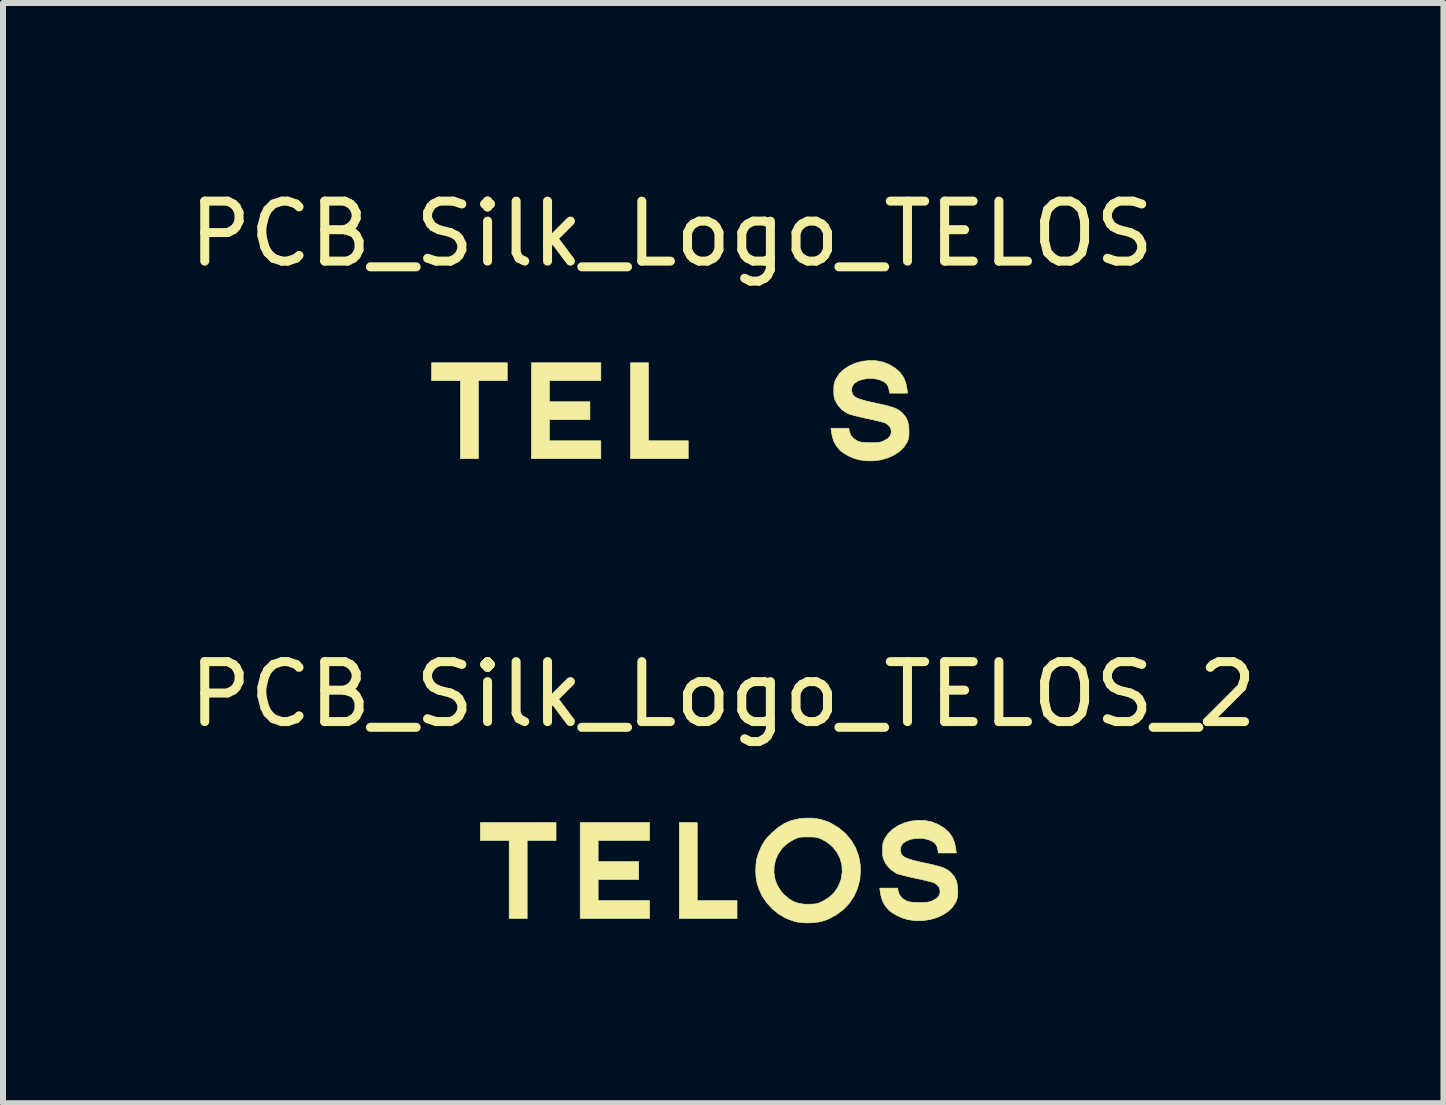
<source format=kicad_pcb>
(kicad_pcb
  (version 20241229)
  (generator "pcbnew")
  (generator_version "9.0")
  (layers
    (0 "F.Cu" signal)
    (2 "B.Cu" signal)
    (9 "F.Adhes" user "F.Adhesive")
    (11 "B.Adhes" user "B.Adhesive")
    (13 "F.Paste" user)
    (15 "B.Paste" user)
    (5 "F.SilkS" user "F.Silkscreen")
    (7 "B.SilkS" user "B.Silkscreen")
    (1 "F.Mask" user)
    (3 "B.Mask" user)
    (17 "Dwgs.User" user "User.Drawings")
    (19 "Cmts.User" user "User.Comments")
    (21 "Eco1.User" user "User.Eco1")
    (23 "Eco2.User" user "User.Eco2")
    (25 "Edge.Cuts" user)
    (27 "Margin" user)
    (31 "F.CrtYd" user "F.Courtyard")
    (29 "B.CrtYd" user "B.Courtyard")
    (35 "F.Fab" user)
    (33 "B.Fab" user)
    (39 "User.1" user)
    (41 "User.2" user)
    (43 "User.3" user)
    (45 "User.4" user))
  (footprint "PCB_Silk_Logo_TELOS"
    (layer "F.Cu")
    (at 7.979 3.798)
    (property "Reference" "PCB_Silk_Logo_TELOS" (at 0.17 -2.95 0) (unlocked yes) (layer "F.SilkS") (effects (font (size 1 1) (thickness 0.15))))
    (attr exclude_from_pos_files exclude_from_bom)
    (fp_poly (pts (xy 1.715 -0.874) (xy 1.835 -0.855) (xy 1.952 -0.817) (xy 2.011 -0.789) (xy 2.143 -0.71) (xy 2.256 -0.614) (xy 2.349 -0.503) (xy 2.422 -0.378) (xy 2.472 -0.241) (xy 2.499 -0.095) (xy 2.503 -0.002) (xy 2.491 0.15) (xy 2.454 0.292) (xy 2.396 0.424) (xy 2.316 0.543) (xy 2.217 0.648) (xy 2.099 0.737) (xy 1.965 0.808) (xy 1.888 0.837) (xy 1.808 0.857) (xy 1.712 0.868) (xy 1.611 0.872) (xy 1.513 0.867) (xy 1.439 0.856) (xy 1.383 0.84) (xy 1.317 0.817) (xy 1.253 0.79) (xy 1.239 0.783) (xy 1.132 0.719) (xy 1.031 0.636) (xy 0.941 0.538) (xy 0.869 0.433) (xy 0.849 0.395) (xy 0.806 0.297) (xy 0.778 0.208) (xy 0.762 0.118) (xy 0.757 0.035) (xy 1.06 0.035) (xy 1.077 0.143) (xy 1.117 0.247) (xy 1.178 0.345) (xy 1.224 0.397) (xy 1.304 0.467) (xy 1.385 0.516) (xy 1.472 0.546) (xy 1.572 0.56) (xy 1.648 0.56) (xy 1.711 0.558) (xy 1.756 0.554) (xy 1.794 0.545) (xy 1.833 0.53) (xy 1.878 0.508) (xy 1.983 0.443) (xy 2.068 0.361) (xy 2.134 0.262) (xy 2.178 0.149) (xy 2.18 0.139) (xy 2.198 0.022) (xy 2.192 -0.093) (xy 2.162 -0.203) (xy 2.11 -0.305) (xy 2.039 -0.395) (xy 1.949 -0.471) (xy 1.865 -0.519) (xy 1.825 -0.537) (xy 1.792 -0.549) (xy 1.759 -0.556) (xy 1.717 -0.56) (xy 1.66 -0.561) (xy 1.627 -0.561) (xy 1.562 -0.561) (xy 1.515 -0.559) (xy 1.479 -0.554) (xy 1.447 -0.544) (xy 1.411 -0.528) (xy 1.378 -0.512) (xy 1.277 -0.449) (xy 1.195 -0.37) (xy 1.131 -0.279) (xy 1.087 -0.179) (xy 1.063 -0.073) (xy 1.06 0.035) (xy 0.757 0.035) (xy 0.756 0.017) (xy 0.756 -0.002) (xy 0.76 -0.106) (xy 0.774 -0.197) (xy 0.8 -0.285) (xy 0.841 -0.381) (xy 0.849 -0.398) (xy 0.879 -0.455) (xy 0.911 -0.504) (xy 0.95 -0.552) (xy 1.002 -0.606) (xy 1.015 -0.619) (xy 1.124 -0.715) (xy 1.234 -0.786) (xy 1.351 -0.836) (xy 1.479 -0.865) (xy 1.582 -0.875) (xy 1.715 -0.874)) (stroke (width 0.01) (type solid)) (fill yes) (layer "F.Mask"))
    (fp_poly (pts (xy -0.219 0.499) (xy 0.444 0.499) (xy 0.444 0.798) (xy -0.518 0.798) (xy -0.518 -0.801) (xy -0.219 -0.801) (xy -0.219 0.499)) (stroke (width 0.01) (type solid)) (fill yes) (layer "F.SilkS"))
    (fp_poly (pts (xy -2.573 -0.502) (xy -3.054 -0.502) (xy -3.054 0.798) (xy -3.354 0.798) (xy -3.354 -0.502) (xy -3.835 -0.502) (xy -3.835 -0.801) (xy -2.573 -0.801) (xy -2.573 -0.502)) (stroke (width 0.01) (type solid)) (fill yes) (layer "F.SilkS"))
    (fp_poly (pts (xy -1.013 -0.502) (xy -1.871 -0.502) (xy -1.871 -0.151) (xy -1.195 -0.151) (xy -1.195 0.148) (xy -1.871 0.148) (xy -1.871 0.499) (xy -1.013 0.499) (xy -1.013 0.798) (xy -2.17 0.798) (xy -2.17 -0.801) (xy -1.013 -0.801) (xy -1.013 -0.502)) (stroke (width 0.01) (type solid)) (fill yes) (layer "F.SilkS"))
    (fp_poly (pts (xy 3.576 -0.835) (xy 3.69 -0.813) (xy 3.795 -0.771) (xy 3.896 -0.71) (xy 3.975 -0.64) (xy 4.032 -0.56) (xy 4.071 -0.465) (xy 4.091 -0.363) (xy 4.1 -0.294) (xy 3.802 -0.294) (xy 3.793 -0.343) (xy 3.777 -0.404) (xy 3.75 -0.449) (xy 3.709 -0.483) (xy 3.649 -0.51) (xy 3.61 -0.523) (xy 3.527 -0.538) (xy 3.44 -0.538) (xy 3.356 -0.525) (xy 3.28 -0.5) (xy 3.22 -0.463) (xy 3.204 -0.447) (xy 3.175 -0.398) (xy 3.166 -0.342) (xy 3.179 -0.288) (xy 3.186 -0.273) (xy 3.206 -0.249) (xy 3.232 -0.227) (xy 3.27 -0.208) (xy 3.321 -0.189) (xy 3.388 -0.169) (xy 3.475 -0.148) (xy 3.585 -0.124) (xy 3.694 -0.101) (xy 3.781 -0.079) (xy 3.85 -0.059) (xy 3.904 -0.038) (xy 3.948 -0.015) (xy 3.985 0.012) (xy 4.015 0.039) (xy 4.068 0.103) (xy 4.102 0.174) (xy 4.12 0.257) (xy 4.124 0.337) (xy 4.123 0.4) (xy 4.118 0.447) (xy 4.107 0.486) (xy 4.093 0.522) (xy 4.04 0.605) (xy 3.967 0.677) (xy 3.876 0.737) (xy 3.772 0.784) (xy 3.657 0.817) (xy 3.535 0.834) (xy 3.41 0.834) (xy 3.292 0.817) (xy 3.205 0.791) (xy 3.117 0.753) (xy 3.036 0.706) (xy 2.972 0.656) (xy 2.969 0.653) (xy 2.91 0.582) (xy 2.868 0.504) (xy 2.841 0.41) (xy 2.831 0.353) (xy 2.823 0.291) (xy 3.121 0.291) (xy 3.13 0.344) (xy 3.153 0.405) (xy 3.197 0.459) (xy 3.258 0.5) (xy 3.277 0.508) (xy 3.315 0.52) (xy 3.362 0.527) (xy 3.424 0.531) (xy 3.487 0.532) (xy 3.555 0.531) (xy 3.604 0.529) (xy 3.64 0.523) (xy 3.672 0.514) (xy 3.707 0.499) (xy 3.711 0.497) (xy 3.772 0.462) (xy 3.809 0.421) (xy 3.827 0.372) (xy 3.829 0.342) (xy 3.817 0.286) (xy 3.78 0.238) (xy 3.729 0.204) (xy 3.706 0.195) (xy 3.661 0.183) (xy 3.599 0.168) (xy 3.525 0.15) (xy 3.444 0.133) (xy 3.422 0.128) (xy 3.338 0.11) (xy 3.259 0.091) (xy 3.19 0.073) (xy 3.136 0.058) (xy 3.102 0.046) (xy 3.098 0.044) (xy 3.012 -0.013) (xy 2.943 -0.088) (xy 2.906 -0.149) (xy 2.888 -0.19) (xy 2.877 -0.226) (xy 2.871 -0.268) (xy 2.87 -0.325) (xy 2.87 -0.34) (xy 2.871 -0.401) (xy 2.875 -0.445) (xy 2.885 -0.482) (xy 2.901 -0.521) (xy 2.906 -0.531) (xy 2.962 -0.617) (xy 3.038 -0.69) (xy 3.129 -0.75) (xy 3.232 -0.795) (xy 3.344 -0.825) (xy 3.46 -0.839) (xy 3.576 -0.835)) (stroke (width 0.01) (type solid)) (fill yes) (layer "F.SilkS")))
  (footprint "PCB_Silk_Logo_TELOS_2"
    (layer "F.Cu")
    (at 8.836 11.474)
    (property "Reference" "PCB_Silk_Logo_TELOS_2" (at 0.17 -2.95 0) (unlocked yes) (layer "F.SilkS") (effects (font (size 1 1) (thickness 0.15))))
    (attr exclude_from_pos_files exclude_from_bom)
    (fp_poly (pts (xy -0.263 0.488) (xy 0.4 0.488) (xy 0.4 0.787) (xy -0.562 0.787) (xy -0.562 -0.812) (xy -0.263 -0.812) (xy -0.263 0.488)) (stroke (width 0.01) (type solid)) (fill yes) (layer "F.SilkS"))
    (fp_poly (pts (xy -2.617 -0.513) (xy -3.098 -0.513) (xy -3.098 0.787) (xy -3.398 0.787) (xy -3.398 -0.513) (xy -3.879 -0.513) (xy -3.879 -0.812) (xy -2.617 -0.812) (xy -2.617 -0.513)) (stroke (width 0.01) (type solid)) (fill yes) (layer "F.SilkS"))
    (fp_poly (pts (xy -1.057 -0.513) (xy -1.915 -0.513) (xy -1.915 -0.162) (xy -1.239 -0.162) (xy -1.239 0.137) (xy -1.915 0.137) (xy -1.915 0.488) (xy -1.057 0.488) (xy -1.057 0.787) (xy -2.214 0.787) (xy -2.214 -0.812) (xy -1.057 -0.812) (xy -1.057 -0.513)) (stroke (width 0.01) (type solid)) (fill yes) (layer "F.SilkS"))
    (fp_poly (pts (xy 1.671 -0.885) (xy 1.791 -0.866) (xy 1.908 -0.828) (xy 1.967 -0.8) (xy 2.099 -0.721) (xy 2.212 -0.625) (xy 2.305 -0.514) (xy 2.378 -0.389) (xy 2.428 -0.252) (xy 2.455 -0.106) (xy 2.459 -0.013) (xy 2.447 0.139) (xy 2.41 0.281) (xy 2.352 0.413) (xy 2.272 0.532) (xy 2.173 0.637) (xy 2.055 0.726) (xy 1.921 0.797) (xy 1.844 0.826) (xy 1.764 0.846) (xy 1.668 0.857) (xy 1.567 0.861) (xy 1.469 0.856) (xy 1.395 0.845) (xy 1.339 0.829) (xy 1.273 0.806) (xy 1.209 0.779) (xy 1.195 0.772) (xy 1.088 0.708) (xy 0.987 0.625) (xy 0.897 0.527) (xy 0.825 0.422) (xy 0.805 0.384) (xy 0.762 0.286) (xy 0.734 0.197) (xy 0.718 0.107) (xy 0.713 0.024) (xy 1.016 0.024) (xy 1.033 0.132) (xy 1.073 0.236) (xy 1.134 0.334) (xy 1.18 0.386) (xy 1.26 0.456) (xy 1.341 0.505) (xy 1.428 0.535) (xy 1.528 0.549) (xy 1.604 0.549) (xy 1.667 0.547) (xy 1.712 0.543) (xy 1.75 0.534) (xy 1.789 0.519) (xy 1.834 0.497) (xy 1.939 0.432) (xy 2.024 0.35) (xy 2.09 0.251) (xy 2.134 0.138) (xy 2.136 0.128) (xy 2.154 0.011) (xy 2.148 -0.104) (xy 2.118 -0.214) (xy 2.066 -0.316) (xy 1.995 -0.406) (xy 1.905 -0.482) (xy 1.821 -0.53) (xy 1.781 -0.548) (xy 1.748 -0.56) (xy 1.715 -0.567) (xy 1.673 -0.571) (xy 1.616 -0.572) (xy 1.583 -0.572) (xy 1.518 -0.572) (xy 1.471 -0.57) (xy 1.435 -0.565) (xy 1.403 -0.555) (xy 1.367 -0.539) (xy 1.334 -0.523) (xy 1.233 -0.46) (xy 1.151 -0.381) (xy 1.087 -0.29) (xy 1.043 -0.19) (xy 1.019 -0.084) (xy 1.016 0.024) (xy 0.713 0.024) (xy 0.712 0.006) (xy 0.712 -0.013) (xy 0.716 -0.117) (xy 0.73 -0.208) (xy 0.756 -0.296) (xy 0.797 -0.392) (xy 0.805 -0.409) (xy 0.835 -0.466) (xy 0.867 -0.515) (xy 0.906 -0.563) (xy 0.958 -0.617) (xy 0.971 -0.63) (xy 1.08 -0.726) (xy 1.19 -0.797) (xy 1.307 -0.847) (xy 1.435 -0.876) (xy 1.538 -0.886) (xy 1.671 -0.885)) (stroke (width 0.01) (type solid)) (fill yes) (layer "F.SilkS"))
    (fp_poly (pts (xy 3.532 -0.846) (xy 3.646 -0.824) (xy 3.751 -0.782) (xy 3.852 -0.721) (xy 3.931 -0.651) (xy 3.988 -0.571) (xy 4.027 -0.476) (xy 4.047 -0.374) (xy 4.056 -0.305) (xy 3.758 -0.305) (xy 3.749 -0.354) (xy 3.733 -0.415) (xy 3.706 -0.46) (xy 3.665 -0.494) (xy 3.605 -0.521) (xy 3.566 -0.534) (xy 3.483 -0.549) (xy 3.396 -0.549) (xy 3.312 -0.536) (xy 3.236 -0.511) (xy 3.176 -0.474) (xy 3.16 -0.458) (xy 3.131 -0.409) (xy 3.122 -0.353) (xy 3.135 -0.299) (xy 3.142 -0.284) (xy 3.162 -0.26) (xy 3.188 -0.238) (xy 3.226 -0.219) (xy 3.277 -0.2) (xy 3.344 -0.18) (xy 3.431 -0.159) (xy 3.541 -0.135) (xy 3.65 -0.112) (xy 3.737 -0.09) (xy 3.806 -0.07) (xy 3.86 -0.049) (xy 3.904 -0.026) (xy 3.941 0.001) (xy 3.971 0.028) (xy 4.024 0.092) (xy 4.058 0.163) (xy 4.076 0.246) (xy 4.08 0.326) (xy 4.079 0.389) (xy 4.074 0.436) (xy 4.063 0.475) (xy 4.049 0.511) (xy 3.996 0.594) (xy 3.923 0.666) (xy 3.832 0.726) (xy 3.728 0.773) (xy 3.613 0.806) (xy 3.491 0.823) (xy 3.366 0.823) (xy 3.248 0.806) (xy 3.161 0.78) (xy 3.073 0.742) (xy 2.992 0.695) (xy 2.928 0.645) (xy 2.925 0.642) (xy 2.866 0.571) (xy 2.824 0.493) (xy 2.797 0.399) (xy 2.787 0.342) (xy 2.779 0.28) (xy 3.077 0.28) (xy 3.086 0.333) (xy 3.109 0.394) (xy 3.153 0.448) (xy 3.214 0.489) (xy 3.233 0.497) (xy 3.271 0.509) (xy 3.318 0.516) (xy 3.38 0.52) (xy 3.443 0.521) (xy 3.511 0.52) (xy 3.56 0.518) (xy 3.596 0.512) (xy 3.628 0.503) (xy 3.663 0.488) (xy 3.667 0.486) (xy 3.728 0.451) (xy 3.765 0.41) (xy 3.783 0.361) (xy 3.785 0.331) (xy 3.773 0.275) (xy 3.736 0.227) (xy 3.685 0.193) (xy 3.662 0.184) (xy 3.617 0.172) (xy 3.555 0.157) (xy 3.481 0.139) (xy 3.4 0.122) (xy 3.378 0.117) (xy 3.294 0.099) (xy 3.215 0.08) (xy 3.146 0.062) (xy 3.092 0.047) (xy 3.058 0.035) (xy 3.054 0.033) (xy 2.968 -0.024) (xy 2.899 -0.099) (xy 2.862 -0.16) (xy 2.844 -0.201) (xy 2.833 -0.237) (xy 2.827 -0.279) (xy 2.826 -0.336) (xy 2.826 -0.351) (xy 2.827 -0.412) (xy 2.831 -0.456) (xy 2.841 -0.493) (xy 2.857 -0.532) (xy 2.862 -0.542) (xy 2.918 -0.628) (xy 2.994 -0.701) (xy 3.085 -0.761) (xy 3.188 -0.806) (xy 3.3 -0.836) (xy 3.416 -0.85) (xy 3.532 -0.846)) (stroke (width 0.01) (type solid)) (fill yes) (layer "F.SilkS")))
  (gr_rect
    (start -3 -3)
    (end 21.012 15.34)
    (stroke (width 0.1) (type default))
    (fill no)
    (layer "Edge.Cuts")))
</source>
